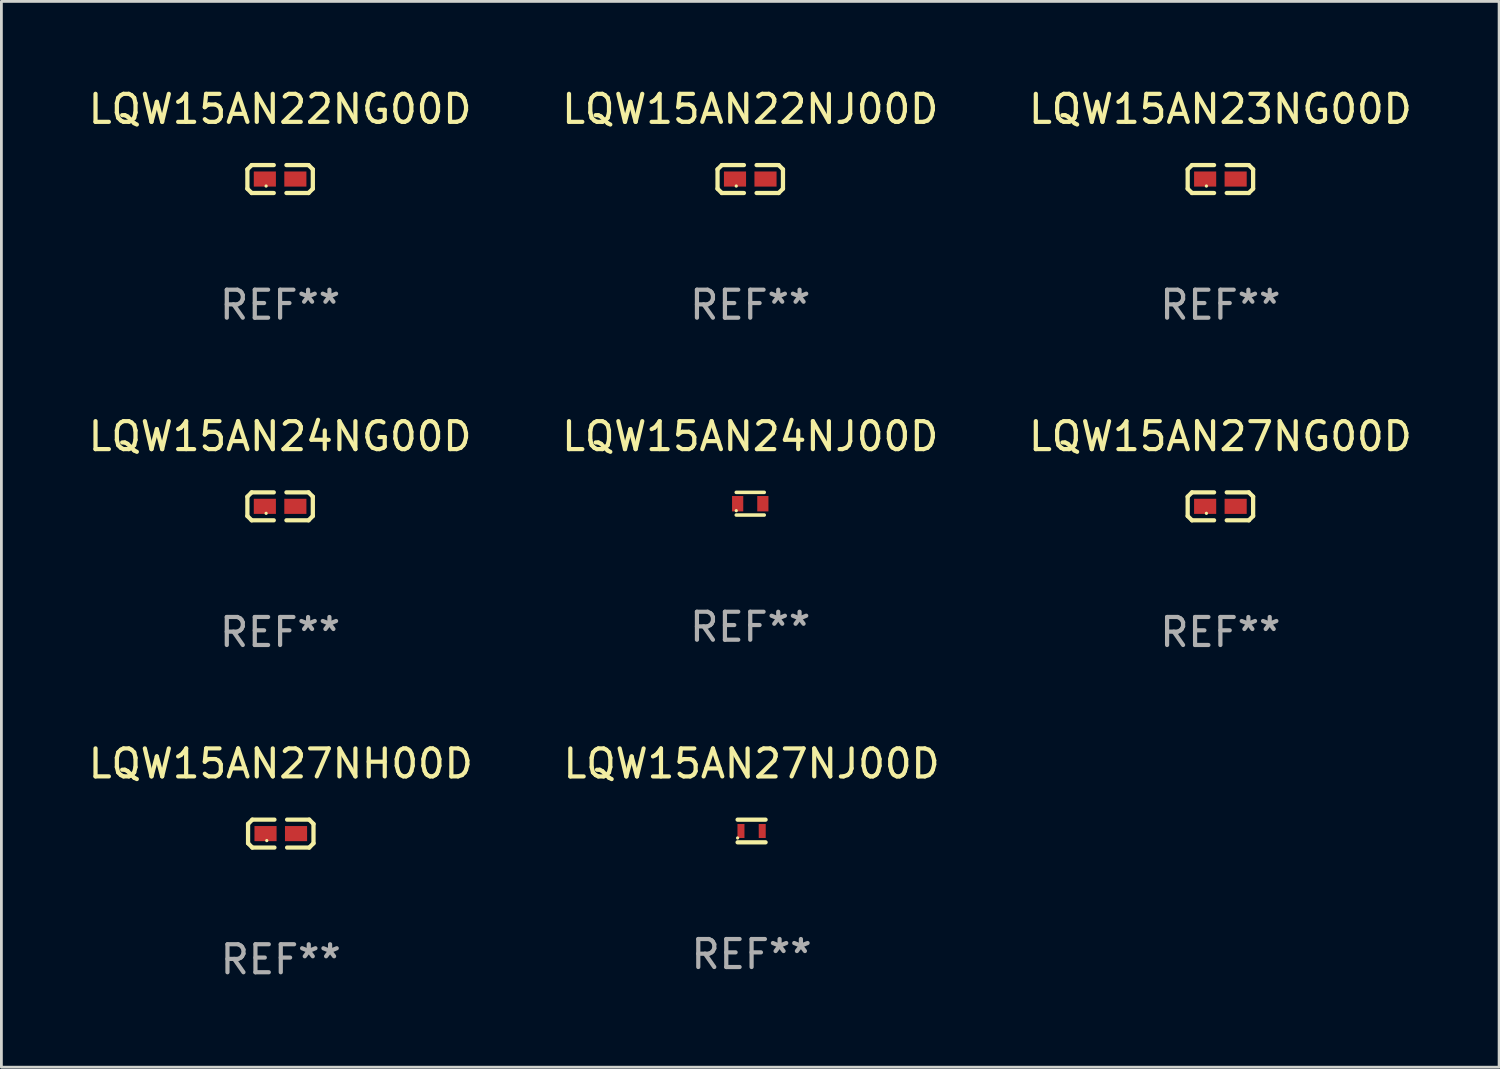
<source format=kicad_pcb>
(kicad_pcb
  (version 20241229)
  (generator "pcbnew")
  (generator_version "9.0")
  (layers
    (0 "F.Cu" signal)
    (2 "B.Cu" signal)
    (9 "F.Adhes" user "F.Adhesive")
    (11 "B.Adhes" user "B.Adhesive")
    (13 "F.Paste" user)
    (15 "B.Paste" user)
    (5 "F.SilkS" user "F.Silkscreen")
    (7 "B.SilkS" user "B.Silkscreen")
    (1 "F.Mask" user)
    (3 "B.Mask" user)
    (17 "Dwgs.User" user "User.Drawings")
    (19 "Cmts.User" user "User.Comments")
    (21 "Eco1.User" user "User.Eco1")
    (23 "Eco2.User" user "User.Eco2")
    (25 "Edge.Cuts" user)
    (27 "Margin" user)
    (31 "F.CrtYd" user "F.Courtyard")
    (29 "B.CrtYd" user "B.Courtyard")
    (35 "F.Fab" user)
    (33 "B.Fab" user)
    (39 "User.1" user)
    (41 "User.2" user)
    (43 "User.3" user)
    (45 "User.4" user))
  (footprint "LQW15AN23NG00D"
    (layer "F.Cu")
    (at 40.554 3.347)
    (property "Reference" "LQW15AN23NG00D" (at 0 -2.499 0) (layer "F.SilkS") (effects (font (size 1 1) (thickness 0.15))))
    (attr through_hole)
    (fp_line (start -1.169 -0.346) (end -1.016 -0.499) (stroke (width 0.152) (type solid)) (layer "F.SilkS"))
    (fp_line (start -1.169 0.346) (end -1.169 -0.346) (stroke (width 0.152) (type solid)) (layer "F.SilkS"))
    (fp_line (start -1.016 -0.499) (end -0.226 -0.499) (stroke (width 0.152) (type solid)) (layer "F.SilkS"))
    (fp_line (start -1.016 0.499) (end -1.169 0.346) (stroke (width 0.152) (type solid)) (layer "F.SilkS"))
    (fp_line (start -0.226 0.499) (end -1.016 0.499) (stroke (width 0.152) (type solid)) (layer "F.SilkS"))
    (fp_line (start 0.226 0.499) (end 1.016 0.499) (stroke (width 0.152) (type solid)) (layer "F.SilkS"))
    (fp_line (start 1.016 -0.499) (end 0.226 -0.499) (stroke (width 0.152) (type solid)) (layer "F.SilkS"))
    (fp_line (start 1.016 0.499) (end 1.169 0.346) (stroke (width 0.152) (type solid)) (layer "F.SilkS"))
    (fp_line (start 1.169 -0.346) (end 1.016 -0.499) (stroke (width 0.152) (type solid)) (layer "F.SilkS"))
    (fp_line (start 1.169 0.346) (end 1.169 -0.346) (stroke (width 0.152) (type solid)) (layer "F.SilkS"))
    (fp_circle (center -0.5 0.25) (end -0.47 0.25) (stroke (width 0.06) (type solid)) (fill no) (layer "F.SilkS"))
    (fp_text user "REF**" (at 0 4.499 0) (layer "F.Fab") (effects (font (size 1 1) (thickness 0.15))))
    (pad "1" smd rect (at -0.545 0) (size 0.79 0.54) (layers "F.Cu" "F.Mask" "F.Paste"))
    (pad "2" smd rect (at 0.545 0) (size 0.79 0.54) (layers "F.Cu" "F.Mask" "F.Paste")))
  (footprint "LQW15AN24NJ00D"
    (layer "F.Cu")
    (at 23.756 14.947)
    (property "Reference" "LQW15AN24NJ00D" (at 0 -2.405 0) (layer "F.SilkS") (effects (font (size 1 1) (thickness 0.15))))
    (attr through_hole)
    (fp_line (start -0.5 -0.405) (end 0.5 -0.405) (stroke (width 0.127) (type solid)) (layer "F.SilkS"))
    (fp_line (start -0.5 0.405) (end 0.5 0.405) (stroke (width 0.127) (type solid)) (layer "F.SilkS"))
    (fp_circle (center -0.5 0.25) (end -0.47 0.25) (stroke (width 0.06) (type solid)) (fill no) (layer "F.SilkS"))
    (fp_text user "REF**" (at 0 4.405 0) (layer "F.Fab") (effects (font (size 1 1) (thickness 0.15))))
    (pad "1" smd rect (at -0.45 0 90) (size 0.55 0.4) (layers "F.Cu" "F.Mask" "F.Paste"))
    (pad "2" smd rect (at 0.45 0 90) (size 0.55 0.4) (layers "F.Cu" "F.Mask" "F.Paste")))
  (footprint "LQW15AN27NJ00D"
    (layer "F.Cu")
    (at 23.804 26.641)
    (property "Reference" "LQW15AN27NJ00D" (at 0 -2.405 0) (layer "F.SilkS") (effects (font (size 1 1) (thickness 0.15))))
    (attr through_hole)
    (fp_line (start -0.5 -0.405) (end 0.5 -0.405) (stroke (width 0.152) (type solid)) (layer "F.SilkS"))
    (fp_line (start -0.5 0.405) (end 0.5 0.405) (stroke (width 0.152) (type solid)) (layer "F.SilkS"))
    (fp_circle (center -0.5 0.25) (end -0.47 0.25) (stroke (width 0.06) (type solid)) (fill no) (layer "F.SilkS"))
    (fp_text user "REF**" (at 0 4.405 0) (layer "F.Fab") (effects (font (size 1 1) (thickness 0.15))))
    (pad "1" smd rect (at -0.38 0 90) (size 0.5 0.25) (layers "F.Cu" "F.Mask" "F.Paste"))
    (pad "2" smd rect (at 0.38 0 90) (size 0.5 0.25) (layers "F.Cu" "F.Mask" "F.Paste")))
  (footprint "LQW15AN22NJ00D"
    (layer "F.Cu")
    (at 23.756 3.347)
    (property "Reference" "LQW15AN22NJ00D" (at 0 -2.499 0) (layer "F.SilkS") (effects (font (size 1 1) (thickness 0.15))))
    (attr through_hole)
    (fp_line (start -1.169 -0.346) (end -1.016 -0.499) (stroke (width 0.152) (type solid)) (layer "F.SilkS"))
    (fp_line (start -1.169 0.346) (end -1.169 -0.346) (stroke (width 0.152) (type solid)) (layer "F.SilkS"))
    (fp_line (start -1.016 -0.499) (end -0.226 -0.499) (stroke (width 0.152) (type solid)) (layer "F.SilkS"))
    (fp_line (start -1.016 0.499) (end -1.169 0.346) (stroke (width 0.152) (type solid)) (layer "F.SilkS"))
    (fp_line (start -0.226 0.499) (end -1.016 0.499) (stroke (width 0.152) (type solid)) (layer "F.SilkS"))
    (fp_line (start 0.226 0.499) (end 1.016 0.499) (stroke (width 0.152) (type solid)) (layer "F.SilkS"))
    (fp_line (start 1.016 -0.499) (end 0.226 -0.499) (stroke (width 0.152) (type solid)) (layer "F.SilkS"))
    (fp_line (start 1.016 0.499) (end 1.169 0.346) (stroke (width 0.152) (type solid)) (layer "F.SilkS"))
    (fp_line (start 1.169 -0.346) (end 1.016 -0.499) (stroke (width 0.152) (type solid)) (layer "F.SilkS"))
    (fp_line (start 1.169 0.346) (end 1.169 -0.346) (stroke (width 0.152) (type solid)) (layer "F.SilkS"))
    (fp_circle (center -0.5 0.25) (end -0.47 0.25) (stroke (width 0.06) (type solid)) (fill no) (layer "F.SilkS"))
    (fp_text user "REF**" (at 0 4.499 0) (layer "F.Fab") (effects (font (size 1 1) (thickness 0.15))))
    (pad "1" smd rect (at -0.545 0) (size 0.79 0.54) (layers "F.Cu" "F.Mask" "F.Paste"))
    (pad "2" smd rect (at 0.545 0) (size 0.79 0.54) (layers "F.Cu" "F.Mask" "F.Paste")))
  (footprint "LQW15AN24NG00D"
    (layer "F.Cu")
    (at 6.958 15.041)
    (property "Reference" "LQW15AN24NG00D" (at 0 -2.499 0) (layer "F.SilkS") (effects (font (size 1 1) (thickness 0.15))))
    (attr through_hole)
    (fp_line (start -1.169 -0.346) (end -1.016 -0.499) (stroke (width 0.152) (type solid)) (layer "F.SilkS"))
    (fp_line (start -1.169 0.346) (end -1.169 -0.346) (stroke (width 0.152) (type solid)) (layer "F.SilkS"))
    (fp_line (start -1.016 -0.499) (end -0.226 -0.499) (stroke (width 0.152) (type solid)) (layer "F.SilkS"))
    (fp_line (start -1.016 0.499) (end -1.169 0.346) (stroke (width 0.152) (type solid)) (layer "F.SilkS"))
    (fp_line (start -0.226 0.499) (end -1.016 0.499) (stroke (width 0.152) (type solid)) (layer "F.SilkS"))
    (fp_line (start 0.226 0.499) (end 1.016 0.499) (stroke (width 0.152) (type solid)) (layer "F.SilkS"))
    (fp_line (start 1.016 -0.499) (end 0.226 -0.499) (stroke (width 0.152) (type solid)) (layer "F.SilkS"))
    (fp_line (start 1.016 0.499) (end 1.169 0.346) (stroke (width 0.152) (type solid)) (layer "F.SilkS"))
    (fp_line (start 1.169 -0.346) (end 1.016 -0.499) (stroke (width 0.152) (type solid)) (layer "F.SilkS"))
    (fp_line (start 1.169 0.346) (end 1.169 -0.346) (stroke (width 0.152) (type solid)) (layer "F.SilkS"))
    (fp_circle (center -0.5 0.25) (end -0.47 0.25) (stroke (width 0.06) (type solid)) (fill no) (layer "F.SilkS"))
    (fp_text user "REF**" (at 0 4.499 0) (layer "F.Fab") (effects (font (size 1 1) (thickness 0.15))))
    (pad "1" smd rect (at -0.545 0) (size 0.79 0.54) (layers "F.Cu" "F.Mask" "F.Paste"))
    (pad "2" smd rect (at 0.545 0) (size 0.79 0.54) (layers "F.Cu" "F.Mask" "F.Paste")))
  (footprint "LQW15AN22NG00D"
    (layer "F.Cu")
    (at 6.958 3.347)
    (property "Reference" "LQW15AN22NG00D" (at 0 -2.499 0) (layer "F.SilkS") (effects (font (size 1 1) (thickness 0.15))))
    (attr through_hole)
    (fp_line (start -1.169 -0.346) (end -1.016 -0.499) (stroke (width 0.152) (type solid)) (layer "F.SilkS"))
    (fp_line (start -1.169 0.346) (end -1.169 -0.346) (stroke (width 0.152) (type solid)) (layer "F.SilkS"))
    (fp_line (start -1.016 -0.499) (end -0.226 -0.499) (stroke (width 0.152) (type solid)) (layer "F.SilkS"))
    (fp_line (start -1.016 0.499) (end -1.169 0.346) (stroke (width 0.152) (type solid)) (layer "F.SilkS"))
    (fp_line (start -0.226 0.499) (end -1.016 0.499) (stroke (width 0.152) (type solid)) (layer "F.SilkS"))
    (fp_line (start 0.226 0.499) (end 1.016 0.499) (stroke (width 0.152) (type solid)) (layer "F.SilkS"))
    (fp_line (start 1.016 -0.499) (end 0.226 -0.499) (stroke (width 0.152) (type solid)) (layer "F.SilkS"))
    (fp_line (start 1.016 0.499) (end 1.169 0.346) (stroke (width 0.152) (type solid)) (layer "F.SilkS"))
    (fp_line (start 1.169 -0.346) (end 1.016 -0.499) (stroke (width 0.152) (type solid)) (layer "F.SilkS"))
    (fp_line (start 1.169 0.346) (end 1.169 -0.346) (stroke (width 0.152) (type solid)) (layer "F.SilkS"))
    (fp_circle (center -0.5 0.25) (end -0.47 0.25) (stroke (width 0.06) (type solid)) (fill no) (layer "F.SilkS"))
    (fp_text user "REF**" (at 0 4.499 0) (layer "F.Fab") (effects (font (size 1 1) (thickness 0.15))))
    (pad "1" smd rect (at -0.545 0) (size 0.79 0.54) (layers "F.Cu" "F.Mask" "F.Paste"))
    (pad "2" smd rect (at 0.545 0) (size 0.79 0.54) (layers "F.Cu" "F.Mask" "F.Paste")))
  (footprint "LQW15AN27NH00D"
    (layer "F.Cu")
    (at 6.982 26.734)
    (property "Reference" "LQW15AN27NH00D" (at 0 -2.499 0) (layer "F.SilkS") (effects (font (size 1 1) (thickness 0.15))))
    (attr through_hole)
    (fp_line (start -1.169 -0.346) (end -1.016 -0.499) (stroke (width 0.152) (type solid)) (layer "F.SilkS"))
    (fp_line (start -1.169 0.346) (end -1.169 -0.346) (stroke (width 0.152) (type solid)) (layer "F.SilkS"))
    (fp_line (start -1.016 -0.499) (end -0.226 -0.499) (stroke (width 0.152) (type solid)) (layer "F.SilkS"))
    (fp_line (start -1.016 0.499) (end -1.169 0.346) (stroke (width 0.152) (type solid)) (layer "F.SilkS"))
    (fp_line (start -0.226 0.499) (end -1.016 0.499) (stroke (width 0.152) (type solid)) (layer "F.SilkS"))
    (fp_line (start 0.226 0.499) (end 1.016 0.499) (stroke (width 0.152) (type solid)) (layer "F.SilkS"))
    (fp_line (start 1.016 -0.499) (end 0.226 -0.499) (stroke (width 0.152) (type solid)) (layer "F.SilkS"))
    (fp_line (start 1.016 0.499) (end 1.169 0.346) (stroke (width 0.152) (type solid)) (layer "F.SilkS"))
    (fp_line (start 1.169 -0.346) (end 1.016 -0.499) (stroke (width 0.152) (type solid)) (layer "F.SilkS"))
    (fp_line (start 1.169 0.346) (end 1.169 -0.346) (stroke (width 0.152) (type solid)) (layer "F.SilkS"))
    (fp_circle (center -0.5 0.25) (end -0.47 0.25) (stroke (width 0.06) (type solid)) (fill no) (layer "F.SilkS"))
    (fp_text user "REF**" (at 0 4.499 0) (layer "F.Fab") (effects (font (size 1 1) (thickness 0.15))))
    (pad "1" smd rect (at -0.545 0) (size 0.79 0.54) (layers "F.Cu" "F.Mask" "F.Paste"))
    (pad "2" smd rect (at 0.545 0) (size 0.79 0.54) (layers "F.Cu" "F.Mask" "F.Paste")))
  (footprint "LQW15AN27NG00D"
    (layer "F.Cu")
    (at 40.554 15.041)
    (property "Reference" "LQW15AN27NG00D" (at 0 -2.499 0) (layer "F.SilkS") (effects (font (size 1 1) (thickness 0.15))))
    (attr through_hole)
    (fp_line (start -1.169 -0.346) (end -1.016 -0.499) (stroke (width 0.152) (type solid)) (layer "F.SilkS"))
    (fp_line (start -1.169 0.346) (end -1.169 -0.346) (stroke (width 0.152) (type solid)) (layer "F.SilkS"))
    (fp_line (start -1.016 -0.499) (end -0.226 -0.499) (stroke (width 0.152) (type solid)) (layer "F.SilkS"))
    (fp_line (start -1.016 0.499) (end -1.169 0.346) (stroke (width 0.152) (type solid)) (layer "F.SilkS"))
    (fp_line (start -0.226 0.499) (end -1.016 0.499) (stroke (width 0.152) (type solid)) (layer "F.SilkS"))
    (fp_line (start 0.226 0.499) (end 1.016 0.499) (stroke (width 0.152) (type solid)) (layer "F.SilkS"))
    (fp_line (start 1.016 -0.499) (end 0.226 -0.499) (stroke (width 0.152) (type solid)) (layer "F.SilkS"))
    (fp_line (start 1.016 0.499) (end 1.169 0.346) (stroke (width 0.152) (type solid)) (layer "F.SilkS"))
    (fp_line (start 1.169 -0.346) (end 1.016 -0.499) (stroke (width 0.152) (type solid)) (layer "F.SilkS"))
    (fp_line (start 1.169 0.346) (end 1.169 -0.346) (stroke (width 0.152) (type solid)) (layer "F.SilkS"))
    (fp_circle (center -0.5 0.25) (end -0.47 0.25) (stroke (width 0.06) (type solid)) (fill no) (layer "F.SilkS"))
    (fp_text user "REF**" (at 0 4.499 0) (layer "F.Fab") (effects (font (size 1 1) (thickness 0.15))))
    (pad "1" smd rect (at -0.545 0) (size 0.79 0.54) (layers "F.Cu" "F.Mask" "F.Paste"))
    (pad "2" smd rect (at 0.545 0) (size 0.79 0.54) (layers "F.Cu" "F.Mask" "F.Paste")))
  (gr_rect
    (start -3 -3)
    (end 50.512 35.081)
    (stroke (width 0.1) (type default))
    (fill no)
    (layer "Edge.Cuts")))
</source>
